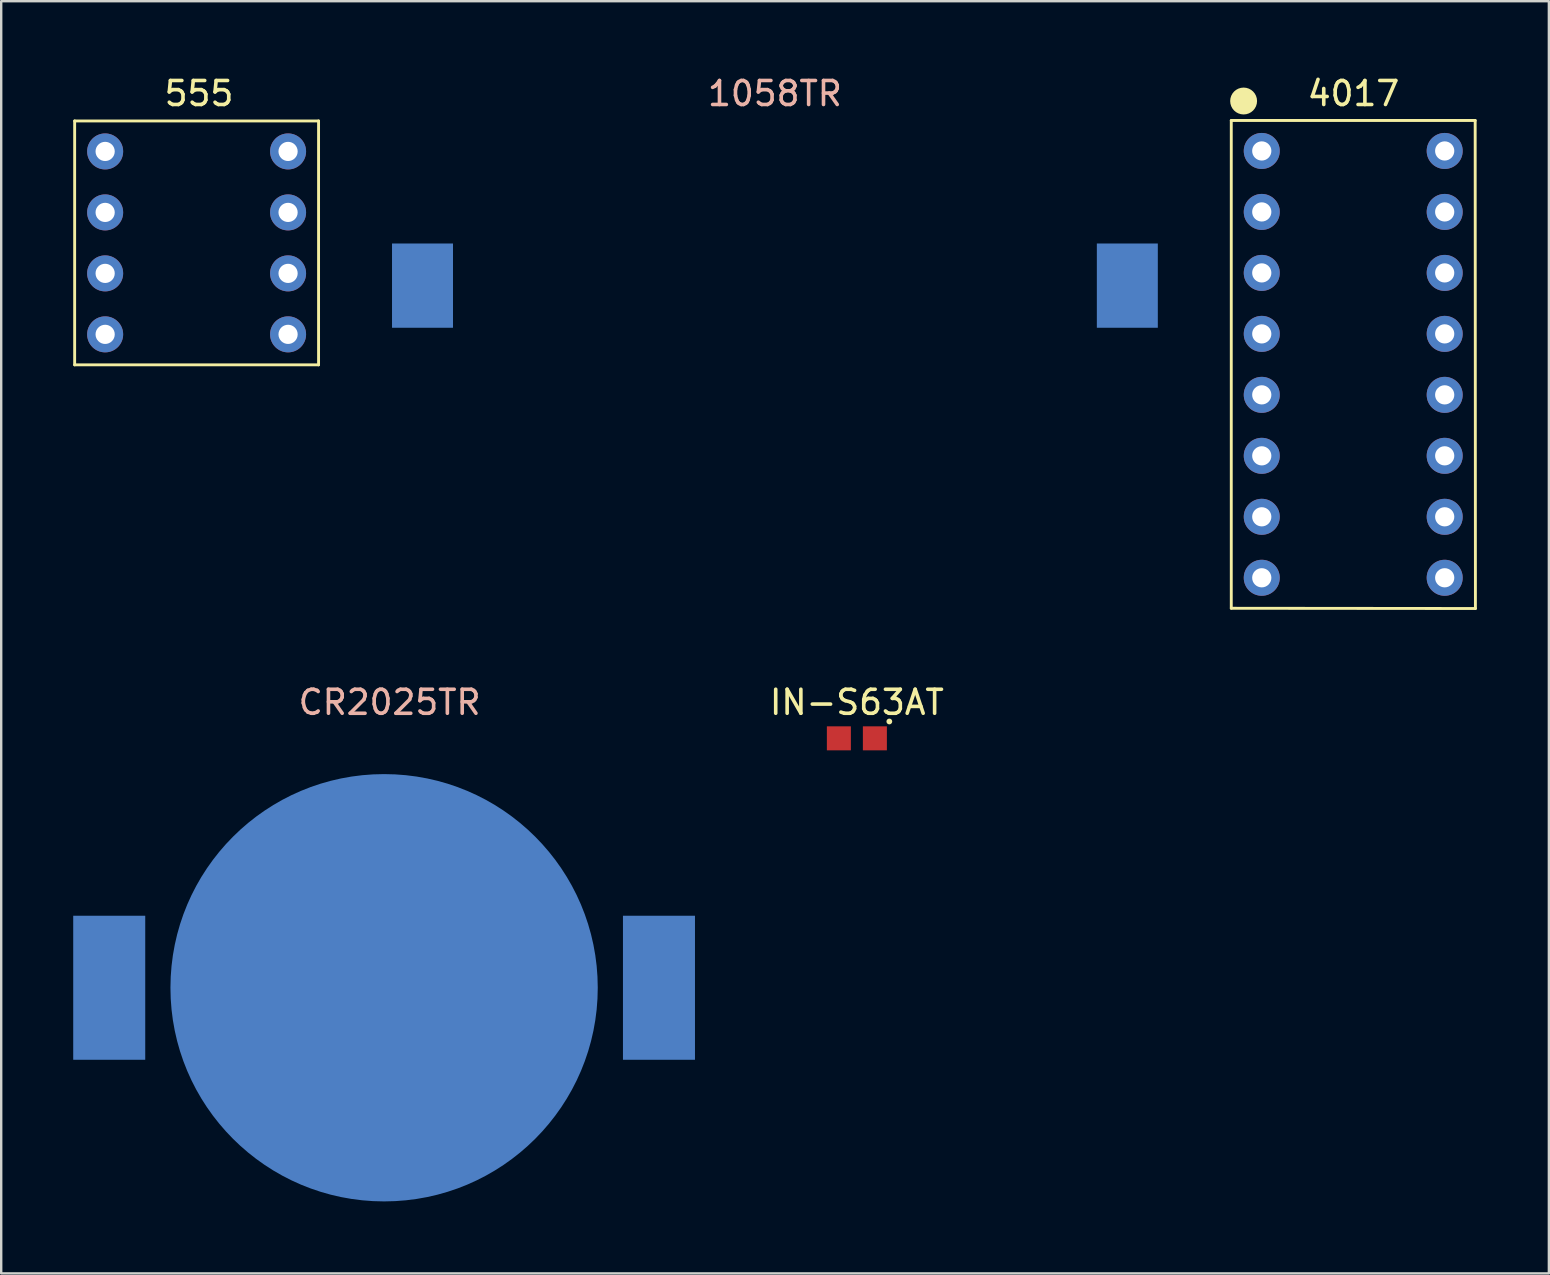
<source format=kicad_pcb>
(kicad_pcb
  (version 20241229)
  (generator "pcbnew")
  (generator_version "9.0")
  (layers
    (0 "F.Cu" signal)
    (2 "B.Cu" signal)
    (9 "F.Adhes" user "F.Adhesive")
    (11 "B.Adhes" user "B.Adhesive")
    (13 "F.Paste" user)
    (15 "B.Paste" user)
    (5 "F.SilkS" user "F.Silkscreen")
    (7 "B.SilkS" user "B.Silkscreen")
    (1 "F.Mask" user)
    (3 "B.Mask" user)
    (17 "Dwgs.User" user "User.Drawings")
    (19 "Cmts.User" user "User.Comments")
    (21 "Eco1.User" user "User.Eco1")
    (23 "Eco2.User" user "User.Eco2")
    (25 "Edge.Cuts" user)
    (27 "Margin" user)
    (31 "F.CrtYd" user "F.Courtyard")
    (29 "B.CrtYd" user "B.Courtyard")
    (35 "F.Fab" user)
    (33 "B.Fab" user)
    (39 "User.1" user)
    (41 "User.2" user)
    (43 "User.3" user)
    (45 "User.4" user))
  (footprint "CR2025TR"
    (layer "F.Cu")
    (at 12.95 38.096)
    (property "Reference" "CR2025TR" (at 0.23 -11.89 0) (layer "B.SilkS") (effects (font (size 1 1) (thickness 0.15))))
    (attr through_hole)
    (pad "1" smd rect (at -11.45 0) (size 3 6) (layers "B.Cu" "B.Mask" "B.Paste"))
    (pad "1" smd rect (at 11.45 0) (size 3 6) (layers "B.Cu" "B.Mask" "B.Paste"))
    (pad "2" smd circle (at 0 0) (size 17.8 17.8) (layers "B.Cu" "B.Mask" "B.Paste")))
  (footprint "4017"
    (layer "F.Cu")
    (at 49.51 3.238)
    (property "Reference" "4017" (at 3.82 -2.39 0) (layer "F.SilkS") (effects (font (size 1 1) (thickness 0.15))))
    (attr through_hole)
    (fp_line (start -1.27 -1.27) (end -1.27 19.05) (stroke (width 0.12) (type solid)) (layer "F.SilkS"))
    (fp_line (start -1.27 19.05) (end 8.9 19.06) (stroke (width 0.12) (type solid)) (layer "F.SilkS"))
    (fp_line (start 8.89 -1.27) (end -1.27 -1.27) (stroke (width 0.12) (type solid)) (layer "F.SilkS"))
    (fp_line (start 8.9 19.06) (end 8.89 -1.27) (stroke (width 0.12) (type solid)) (layer "F.SilkS"))
    (fp_circle (center -0.756 -2.08) (end -0.256 -2.08) (stroke (width 0.12) (type solid)) (fill no) (layer "F.SilkS"))
    (fp_poly (pts (xy -0.563 -2.492) (xy -0.401 -2.366) (xy -0.323 -2.197) (xy -0.311 -2.067) (xy -0.32 -1.982) (xy -0.357 -1.886) (xy -0.398 -1.819) (xy -0.464 -1.74) (xy -0.551 -1.686) (xy -0.628 -1.654) (xy -0.734 -1.634) (xy -0.827 -1.642) (xy -0.924 -1.668) (xy -1.012 -1.716) (xy -1.103 -1.795) (xy -1.167 -1.902) (xy -1.193 -1.996) (xy -1.198 -2.062) (xy -1.198 -2.128) (xy -1.185 -2.195) (xy -1.166 -2.248) (xy -1.113 -2.356) (xy -1.031 -2.441) (xy -0.91 -2.502) (xy -0.756 -2.527)) (stroke (width 0.1) (type solid)) (fill yes) (layer "F.SilkS"))
    (pad "1" thru_hole circle (at 0 0) (size 1.5 1.5) (drill 0.8) (layers "*.Cu" "*.Mask"))
    (pad "2" thru_hole circle (at 0 2.54) (size 1.5 1.5) (drill 0.8) (layers "*.Cu" "*.Mask"))
    (pad "3" thru_hole circle (at 0 5.08) (size 1.5 1.5) (drill 0.8) (layers "*.Cu" "*.Mask"))
    (pad "4" thru_hole circle (at 0 7.62) (size 1.5 1.5) (drill 0.8) (layers "*.Cu" "*.Mask"))
    (pad "5" thru_hole circle (at 0 10.16) (size 1.5 1.5) (drill 0.8) (layers "*.Cu" "*.Mask"))
    (pad "6" thru_hole circle (at 0 12.7) (size 1.5 1.5) (drill 0.8) (layers "*.Cu" "*.Mask"))
    (pad "7" thru_hole circle (at 0 15.24) (size 1.5 1.5) (drill 0.8) (layers "*.Cu" "*.Mask"))
    (pad "8" thru_hole circle (at 0 17.78) (size 1.5 1.5) (drill 0.8) (layers "*.Cu" "*.Mask"))
    (pad "9" thru_hole circle (at 7.62 17.78) (size 1.5 1.5) (drill 0.8) (layers "*.Cu" "*.Mask"))
    (pad "10" thru_hole circle (at 7.62 15.24) (size 1.5 1.5) (drill 0.8) (layers "*.Cu" "*.Mask"))
    (pad "11" thru_hole circle (at 7.62 12.7) (size 1.5 1.5) (drill 0.8) (layers "*.Cu" "*.Mask"))
    (pad "12" thru_hole circle (at 7.62 10.16) (size 1.5 1.5) (drill 0.8) (layers "*.Cu" "*.Mask"))
    (pad "13" thru_hole circle (at 7.62 7.62) (size 1.5 1.5) (drill 0.8) (layers "*.Cu" "*.Mask"))
    (pad "14" thru_hole circle (at 7.62 5.08) (size 1.5 1.5) (drill 0.8) (layers "*.Cu" "*.Mask"))
    (pad "15" thru_hole circle (at 7.62 2.54) (size 1.5 1.5) (drill 0.8) (layers "*.Cu" "*.Mask"))
    (pad "16" thru_hole circle (at 7.62 0) (size 1.5 1.5) (drill 0.8) (layers "*.Cu" "*.Mask")))
  (footprint "555"
    (layer "F.Cu")
    (at 1.33 3.258)
    (property "Reference" "555" (at 3.91 -2.41 0) (layer "F.SilkS") (effects (font (size 1 1) (thickness 0.15))))
    (attr through_hole)
    (fp_line (start -1.27 -1.27) (end 8.89 -1.27) (stroke (width 0.12) (type solid)) (layer "F.SilkS"))
    (fp_line (start -1.27 8.89) (end -1.27 -1.27) (stroke (width 0.12) (type solid)) (layer "F.SilkS"))
    (fp_line (start 8.89 -1.27) (end 8.89 8.89) (stroke (width 0.12) (type solid)) (layer "F.SilkS"))
    (fp_line (start 8.89 8.89) (end -1.27 8.89) (stroke (width 0.12) (type solid)) (layer "F.SilkS"))
    (pad "1" thru_hole circle (at 0 0) (size 1.5 1.5) (drill 0.8) (layers "*.Cu" "*.Mask"))
    (pad "2" thru_hole circle (at 0 2.54) (size 1.5 1.5) (drill 0.8) (layers "*.Cu" "*.Mask"))
    (pad "3" thru_hole circle (at 0 5.08) (size 1.5 1.5) (drill 0.8) (layers "*.Cu" "*.Mask"))
    (pad "4" thru_hole circle (at 0 7.62) (size 1.5 1.5) (drill 0.8) (layers "*.Cu" "*.Mask"))
    (pad "5" thru_hole circle (at 7.62 7.62) (size 1.5 1.5) (drill 0.8) (layers "*.Cu" "*.Mask"))
    (pad "6" thru_hole circle (at 7.62 5.08) (size 1.5 1.5) (drill 0.8) (layers "*.Cu" "*.Mask"))
    (pad "7" thru_hole circle (at 7.62 2.54) (size 1.5 1.5) (drill 0.8) (layers "*.Cu" "*.Mask"))
    (pad "8" thru_hole circle (at 7.62 0) (size 1.5 1.5) (drill 0.8) (layers "*.Cu" "*.Mask")))
  (footprint "1058TR"
    (layer "F.Cu")
    (at 29.23 8.848)
    (property "Reference" "1058TR" (at 0 -8 0) (layer "B.SilkS") (effects (font (size 1 1) (thickness 0.15))))
    (attr through_hole)
    (pad "1" smd rect (at -14.68 0) (size 2.54 3.51) (layers "B.Cu" "B.Mask" "B.Paste"))
    (pad "2" smd rect (at 14.68 0) (size 2.54 3.51) (layers "B.Cu" "B.Mask" "B.Paste")))
  (footprint "IN-S63AT"
    (layer "F.Cu")
    (at 32.644 27.706)
    (property "Reference" "IN-S63AT" (at 0 -1.5 0) (unlocked yes) (layer "F.SilkS") (effects (font (size 1 1) (thickness 0.15))))
    (attr smd)
    (fp_circle (center 1.352 -0.702) (end 1.391 -0.656) (stroke (width 0.12) (type solid)) (fill no) (layer "F.SilkS"))
    (pad "1" smd rect (at -0.75 0) (size 1 1) (layers "F.Cu" "F.Mask" "F.Paste"))
    (pad "2" smd rect (at 0.75 0) (size 1 1) (layers "F.Cu" "F.Mask" "F.Paste")))
  (gr_rect
    (start -3 -3)
    (end 61.47 49.996)
    (stroke (width 0.1) (type default))
    (fill no)
    (layer "Edge.Cuts")))
</source>
